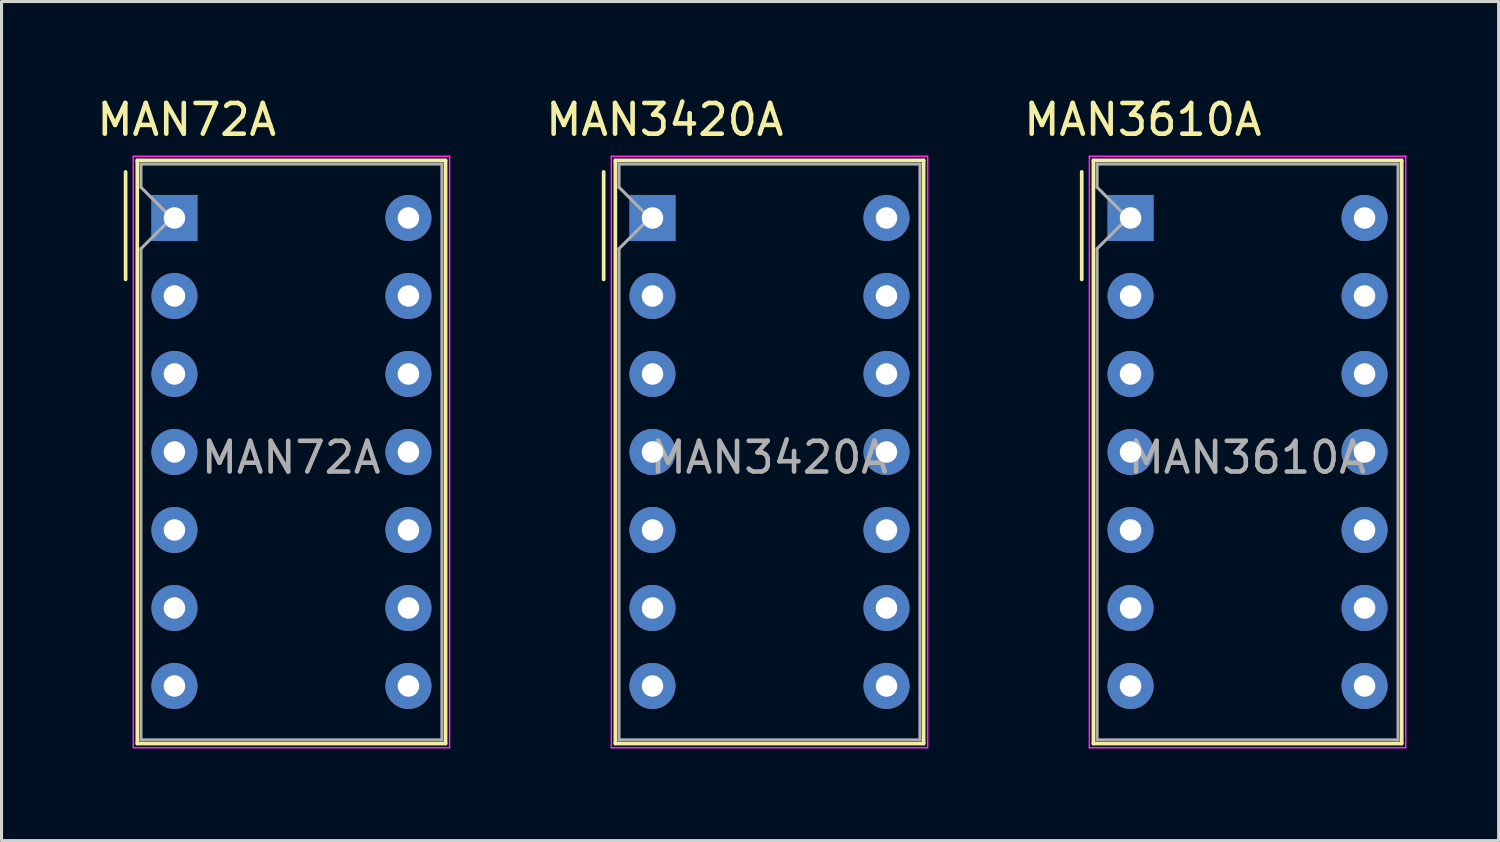
<source format=kicad_pcb>
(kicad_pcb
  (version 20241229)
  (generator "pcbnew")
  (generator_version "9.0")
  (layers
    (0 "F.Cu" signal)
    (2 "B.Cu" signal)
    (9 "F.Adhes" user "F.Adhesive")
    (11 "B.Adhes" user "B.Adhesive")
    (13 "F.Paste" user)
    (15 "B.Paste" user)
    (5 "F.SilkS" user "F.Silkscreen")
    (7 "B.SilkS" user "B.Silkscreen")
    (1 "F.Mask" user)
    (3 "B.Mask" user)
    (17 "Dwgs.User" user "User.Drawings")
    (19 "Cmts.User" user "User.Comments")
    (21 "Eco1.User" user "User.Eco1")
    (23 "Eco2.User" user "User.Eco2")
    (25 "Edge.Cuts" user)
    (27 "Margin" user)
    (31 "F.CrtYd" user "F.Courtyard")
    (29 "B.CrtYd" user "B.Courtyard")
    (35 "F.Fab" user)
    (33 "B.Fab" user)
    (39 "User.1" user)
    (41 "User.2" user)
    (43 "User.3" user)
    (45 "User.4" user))
  (footprint "MAN3420A"
    (layer "F.Cu")
    (at 18.197 4.048)
    (property "Reference" "MAN3420A" (at 0.4 -3.2 0) (layer "F.SilkS") (effects (font (size 1 1) (thickness 0.15))))
    (attr through_hole)
    (fp_line (start -1.59 -1.5) (end -1.59 2) (stroke (width 0.12) (type solid)) (layer "F.SilkS"))
    (fp_line (start -1.21 -1.875) (end 8.83 -1.875) (stroke (width 0.12) (type solid)) (layer "F.SilkS"))
    (fp_line (start -1.21 17.115) (end -1.21 -1.875) (stroke (width 0.12) (type solid)) (layer "F.SilkS"))
    (fp_line (start 8.83 -1.875) (end 8.83 17.115) (stroke (width 0.12) (type solid)) (layer "F.SilkS"))
    (fp_line (start 8.83 17.115) (end -1.21 17.115) (stroke (width 0.12) (type solid)) (layer "F.SilkS"))
    (fp_line (start -1.34 -2.01) (end 8.96 -2.01) (stroke (width 0.05) (type solid)) (layer "F.CrtYd"))
    (fp_line (start -1.34 17.25) (end -1.34 -2.01) (stroke (width 0.05) (type solid)) (layer "F.CrtYd"))
    (fp_line (start 8.96 -2.01) (end 8.96 17.25) (stroke (width 0.05) (type solid)) (layer "F.CrtYd"))
    (fp_line (start 8.96 17.25) (end -1.34 17.25) (stroke (width 0.05) (type solid)) (layer "F.CrtYd"))
    (fp_line (start -1.09 -1.755) (end 8.71 -1.755) (stroke (width 0.1) (type solid)) (layer "F.Fab"))
    (fp_line (start -1.09 -1) (end -1.09 -1.755) (stroke (width 0.1) (type solid)) (layer "F.Fab"))
    (fp_line (start -1.09 1) (end -0.09 0) (stroke (width 0.1) (type solid)) (layer "F.Fab"))
    (fp_line (start -1.09 16.995) (end -1.09 1) (stroke (width 0.1) (type solid)) (layer "F.Fab"))
    (fp_line (start -0.09 0) (end -1.09 -1) (stroke (width 0.1) (type solid)) (layer "F.Fab"))
    (fp_line (start 8.71 -1.755) (end 8.71 16.995) (stroke (width 0.1) (type solid)) (layer "F.Fab"))
    (fp_line (start 8.71 16.995) (end -1.09 16.995) (stroke (width 0.1) (type solid)) (layer "F.Fab"))
    (fp_text user "${REFERENCE}" (at 3.8 7.8 0) (layer "F.Fab") (effects (font (size 1 1) (thickness 0.15))))
    (pad "1" thru_hole rect (at 0 0) (size 1.5 1.5) (drill 0.7) (layers "*.Cu" "*.Mask"))
    (pad "2" thru_hole circle (at 0 2.54) (size 1.5 1.5) (drill 0.7) (layers "*.Cu" "*.Mask"))
    (pad "3" thru_hole circle (at 0 5.08) (size 1.5 1.5) (drill 0.7) (layers "*.Cu" "*.Mask"))
    (pad "4" thru_hole circle (at 0 7.62) (size 1.5 1.5) (drill 0.7) (layers "*.Cu" "*.Mask"))
    (pad "5" thru_hole circle (at 0 10.16) (size 1.5 1.5) (drill 0.7) (layers "*.Cu" "*.Mask"))
    (pad "6" thru_hole circle (at 0 12.7) (size 1.5 1.5) (drill 0.7) (layers "*.Cu" "*.Mask"))
    (pad "7" thru_hole circle (at 0 15.24) (size 1.5 1.5) (drill 0.7) (layers "*.Cu" "*.Mask"))
    (pad "8" thru_hole circle (at 7.62 15.24) (size 1.5 1.5) (drill 0.7) (layers "*.Cu" "*.Mask"))
    (pad "9" thru_hole circle (at 7.62 12.7) (size 1.5 1.5) (drill 0.7) (layers "*.Cu" "*.Mask"))
    (pad "10" thru_hole circle (at 7.62 10.16) (size 1.5 1.5) (drill 0.7) (layers "*.Cu" "*.Mask"))
    (pad "11" thru_hole circle (at 7.62 7.62) (size 1.5 1.5) (drill 0.7) (layers "*.Cu" "*.Mask"))
    (pad "12" thru_hole circle (at 7.62 5.08) (size 1.5 1.5) (drill 0.7) (layers "*.Cu" "*.Mask"))
    (pad "13" thru_hole circle (at 7.62 2.54) (size 1.5 1.5) (drill 0.7) (layers "*.Cu" "*.Mask"))
    (pad "14" thru_hole circle (at 7.62 0) (size 1.5 1.5) (drill 0.7) (layers "*.Cu" "*.Mask")))
  (footprint "MAN72A"
    (layer "F.Cu")
    (at 2.63 4.048)
    (property "Reference" "MAN72A" (at 0.4 -3.2 0) (layer "F.SilkS") (effects (font (size 1 1) (thickness 0.15))))
    (attr through_hole)
    (fp_line (start -1.59 -1.5) (end -1.59 2) (stroke (width 0.12) (type solid)) (layer "F.SilkS"))
    (fp_line (start -1.21 -1.875) (end 8.83 -1.875) (stroke (width 0.12) (type solid)) (layer "F.SilkS"))
    (fp_line (start -1.21 17.115) (end -1.21 -1.875) (stroke (width 0.12) (type solid)) (layer "F.SilkS"))
    (fp_line (start 8.83 -1.875) (end 8.83 17.115) (stroke (width 0.12) (type solid)) (layer "F.SilkS"))
    (fp_line (start 8.83 17.115) (end -1.21 17.115) (stroke (width 0.12) (type solid)) (layer "F.SilkS"))
    (fp_line (start -1.34 -2.01) (end 8.96 -2.01) (stroke (width 0.05) (type solid)) (layer "F.CrtYd"))
    (fp_line (start -1.34 17.25) (end -1.34 -2.01) (stroke (width 0.05) (type solid)) (layer "F.CrtYd"))
    (fp_line (start 8.96 -2.01) (end 8.96 17.25) (stroke (width 0.05) (type solid)) (layer "F.CrtYd"))
    (fp_line (start 8.96 17.25) (end -1.34 17.25) (stroke (width 0.05) (type solid)) (layer "F.CrtYd"))
    (fp_line (start -1.09 -1.755) (end 8.71 -1.755) (stroke (width 0.1) (type solid)) (layer "F.Fab"))
    (fp_line (start -1.09 -1) (end -1.09 -1.755) (stroke (width 0.1) (type solid)) (layer "F.Fab"))
    (fp_line (start -1.09 1) (end -0.09 0) (stroke (width 0.1) (type solid)) (layer "F.Fab"))
    (fp_line (start -1.09 16.995) (end -1.09 1) (stroke (width 0.1) (type solid)) (layer "F.Fab"))
    (fp_line (start -0.09 0) (end -1.09 -1) (stroke (width 0.1) (type solid)) (layer "F.Fab"))
    (fp_line (start 8.71 -1.755) (end 8.71 16.995) (stroke (width 0.1) (type solid)) (layer "F.Fab"))
    (fp_line (start 8.71 16.995) (end -1.09 16.995) (stroke (width 0.1) (type solid)) (layer "F.Fab"))
    (fp_text user "${REFERENCE}" (at 3.8 7.8 0) (layer "F.Fab") (effects (font (size 1 1) (thickness 0.15))))
    (pad "1" thru_hole rect (at 0 0) (size 1.5 1.5) (drill 0.7) (layers "*.Cu" "*.Mask"))
    (pad "2" thru_hole circle (at 0 2.54) (size 1.5 1.5) (drill 0.7) (layers "*.Cu" "*.Mask"))
    (pad "3" thru_hole circle (at 0 5.08) (size 1.5 1.5) (drill 0.7) (layers "*.Cu" "*.Mask"))
    (pad "4" thru_hole circle (at 0 7.62) (size 1.5 1.5) (drill 0.7) (layers "*.Cu" "*.Mask"))
    (pad "5" thru_hole circle (at 0 10.16) (size 1.5 1.5) (drill 0.7) (layers "*.Cu" "*.Mask"))
    (pad "6" thru_hole circle (at 0 12.7) (size 1.5 1.5) (drill 0.7) (layers "*.Cu" "*.Mask"))
    (pad "7" thru_hole circle (at 0 15.24) (size 1.5 1.5) (drill 0.7) (layers "*.Cu" "*.Mask"))
    (pad "8" thru_hole circle (at 7.62 15.24) (size 1.5 1.5) (drill 0.7) (layers "*.Cu" "*.Mask"))
    (pad "9" thru_hole circle (at 7.62 12.7) (size 1.5 1.5) (drill 0.7) (layers "*.Cu" "*.Mask"))
    (pad "10" thru_hole circle (at 7.62 10.16) (size 1.5 1.5) (drill 0.7) (layers "*.Cu" "*.Mask"))
    (pad "11" thru_hole circle (at 7.62 7.62) (size 1.5 1.5) (drill 0.7) (layers "*.Cu" "*.Mask"))
    (pad "12" thru_hole circle (at 7.62 5.08) (size 1.5 1.5) (drill 0.7) (layers "*.Cu" "*.Mask"))
    (pad "13" thru_hole circle (at 7.62 2.54) (size 1.5 1.5) (drill 0.7) (layers "*.Cu" "*.Mask"))
    (pad "14" thru_hole circle (at 7.62 0) (size 1.5 1.5) (drill 0.7) (layers "*.Cu" "*.Mask")))
  (footprint "MAN3610A"
    (layer "F.Cu")
    (at 33.764 4.048)
    (property "Reference" "MAN3610A" (at 0.4 -3.2 0) (layer "F.SilkS") (effects (font (size 1 1) (thickness 0.15))))
    (attr through_hole)
    (fp_line (start -1.59 -1.5) (end -1.59 2) (stroke (width 0.12) (type solid)) (layer "F.SilkS"))
    (fp_line (start -1.21 -1.875) (end 8.83 -1.875) (stroke (width 0.12) (type solid)) (layer "F.SilkS"))
    (fp_line (start -1.21 17.115) (end -1.21 -1.875) (stroke (width 0.12) (type solid)) (layer "F.SilkS"))
    (fp_line (start 8.83 -1.875) (end 8.83 17.115) (stroke (width 0.12) (type solid)) (layer "F.SilkS"))
    (fp_line (start 8.83 17.115) (end -1.21 17.115) (stroke (width 0.12) (type solid)) (layer "F.SilkS"))
    (fp_line (start -1.34 -2.01) (end 8.96 -2.01) (stroke (width 0.05) (type solid)) (layer "F.CrtYd"))
    (fp_line (start -1.34 17.25) (end -1.34 -2.01) (stroke (width 0.05) (type solid)) (layer "F.CrtYd"))
    (fp_line (start 8.96 -2.01) (end 8.96 17.25) (stroke (width 0.05) (type solid)) (layer "F.CrtYd"))
    (fp_line (start 8.96 17.25) (end -1.34 17.25) (stroke (width 0.05) (type solid)) (layer "F.CrtYd"))
    (fp_line (start -1.09 -1.755) (end 8.71 -1.755) (stroke (width 0.1) (type solid)) (layer "F.Fab"))
    (fp_line (start -1.09 -1) (end -1.09 -1.755) (stroke (width 0.1) (type solid)) (layer "F.Fab"))
    (fp_line (start -1.09 1) (end -0.09 0) (stroke (width 0.1) (type solid)) (layer "F.Fab"))
    (fp_line (start -1.09 16.995) (end -1.09 1) (stroke (width 0.1) (type solid)) (layer "F.Fab"))
    (fp_line (start -0.09 0) (end -1.09 -1) (stroke (width 0.1) (type solid)) (layer "F.Fab"))
    (fp_line (start 8.71 -1.755) (end 8.71 16.995) (stroke (width 0.1) (type solid)) (layer "F.Fab"))
    (fp_line (start 8.71 16.995) (end -1.09 16.995) (stroke (width 0.1) (type solid)) (layer "F.Fab"))
    (fp_text user "${REFERENCE}" (at 3.8 7.8 0) (layer "F.Fab") (effects (font (size 1 1) (thickness 0.15))))
    (pad "1" thru_hole rect (at 0 0) (size 1.5 1.5) (drill 0.7) (layers "*.Cu" "*.Mask"))
    (pad "2" thru_hole circle (at 0 2.54) (size 1.5 1.5) (drill 0.7) (layers "*.Cu" "*.Mask"))
    (pad "3" thru_hole circle (at 0 5.08) (size 1.5 1.5) (drill 0.7) (layers "*.Cu" "*.Mask"))
    (pad "4" thru_hole circle (at 0 7.62) (size 1.5 1.5) (drill 0.7) (layers "*.Cu" "*.Mask"))
    (pad "5" thru_hole circle (at 0 10.16) (size 1.5 1.5) (drill 0.7) (layers "*.Cu" "*.Mask"))
    (pad "6" thru_hole circle (at 0 12.7) (size 1.5 1.5) (drill 0.7) (layers "*.Cu" "*.Mask"))
    (pad "7" thru_hole circle (at 0 15.24) (size 1.5 1.5) (drill 0.7) (layers "*.Cu" "*.Mask"))
    (pad "8" thru_hole circle (at 7.62 15.24) (size 1.5 1.5) (drill 0.7) (layers "*.Cu" "*.Mask"))
    (pad "9" thru_hole circle (at 7.62 12.7) (size 1.5 1.5) (drill 0.7) (layers "*.Cu" "*.Mask"))
    (pad "10" thru_hole circle (at 7.62 10.16) (size 1.5 1.5) (drill 0.7) (layers "*.Cu" "*.Mask"))
    (pad "11" thru_hole circle (at 7.62 7.62) (size 1.5 1.5) (drill 0.7) (layers "*.Cu" "*.Mask"))
    (pad "12" thru_hole circle (at 7.62 5.08) (size 1.5 1.5) (drill 0.7) (layers "*.Cu" "*.Mask"))
    (pad "13" thru_hole circle (at 7.62 2.54) (size 1.5 1.5) (drill 0.7) (layers "*.Cu" "*.Mask"))
    (pad "14" thru_hole circle (at 7.62 0) (size 1.5 1.5) (drill 0.7) (layers "*.Cu" "*.Mask")))
  (gr_rect
    (start -3 -3)
    (end 45.749 24.323)
    (stroke (width 0.1) (type default))
    (fill no)
    (layer "Edge.Cuts")))
</source>
